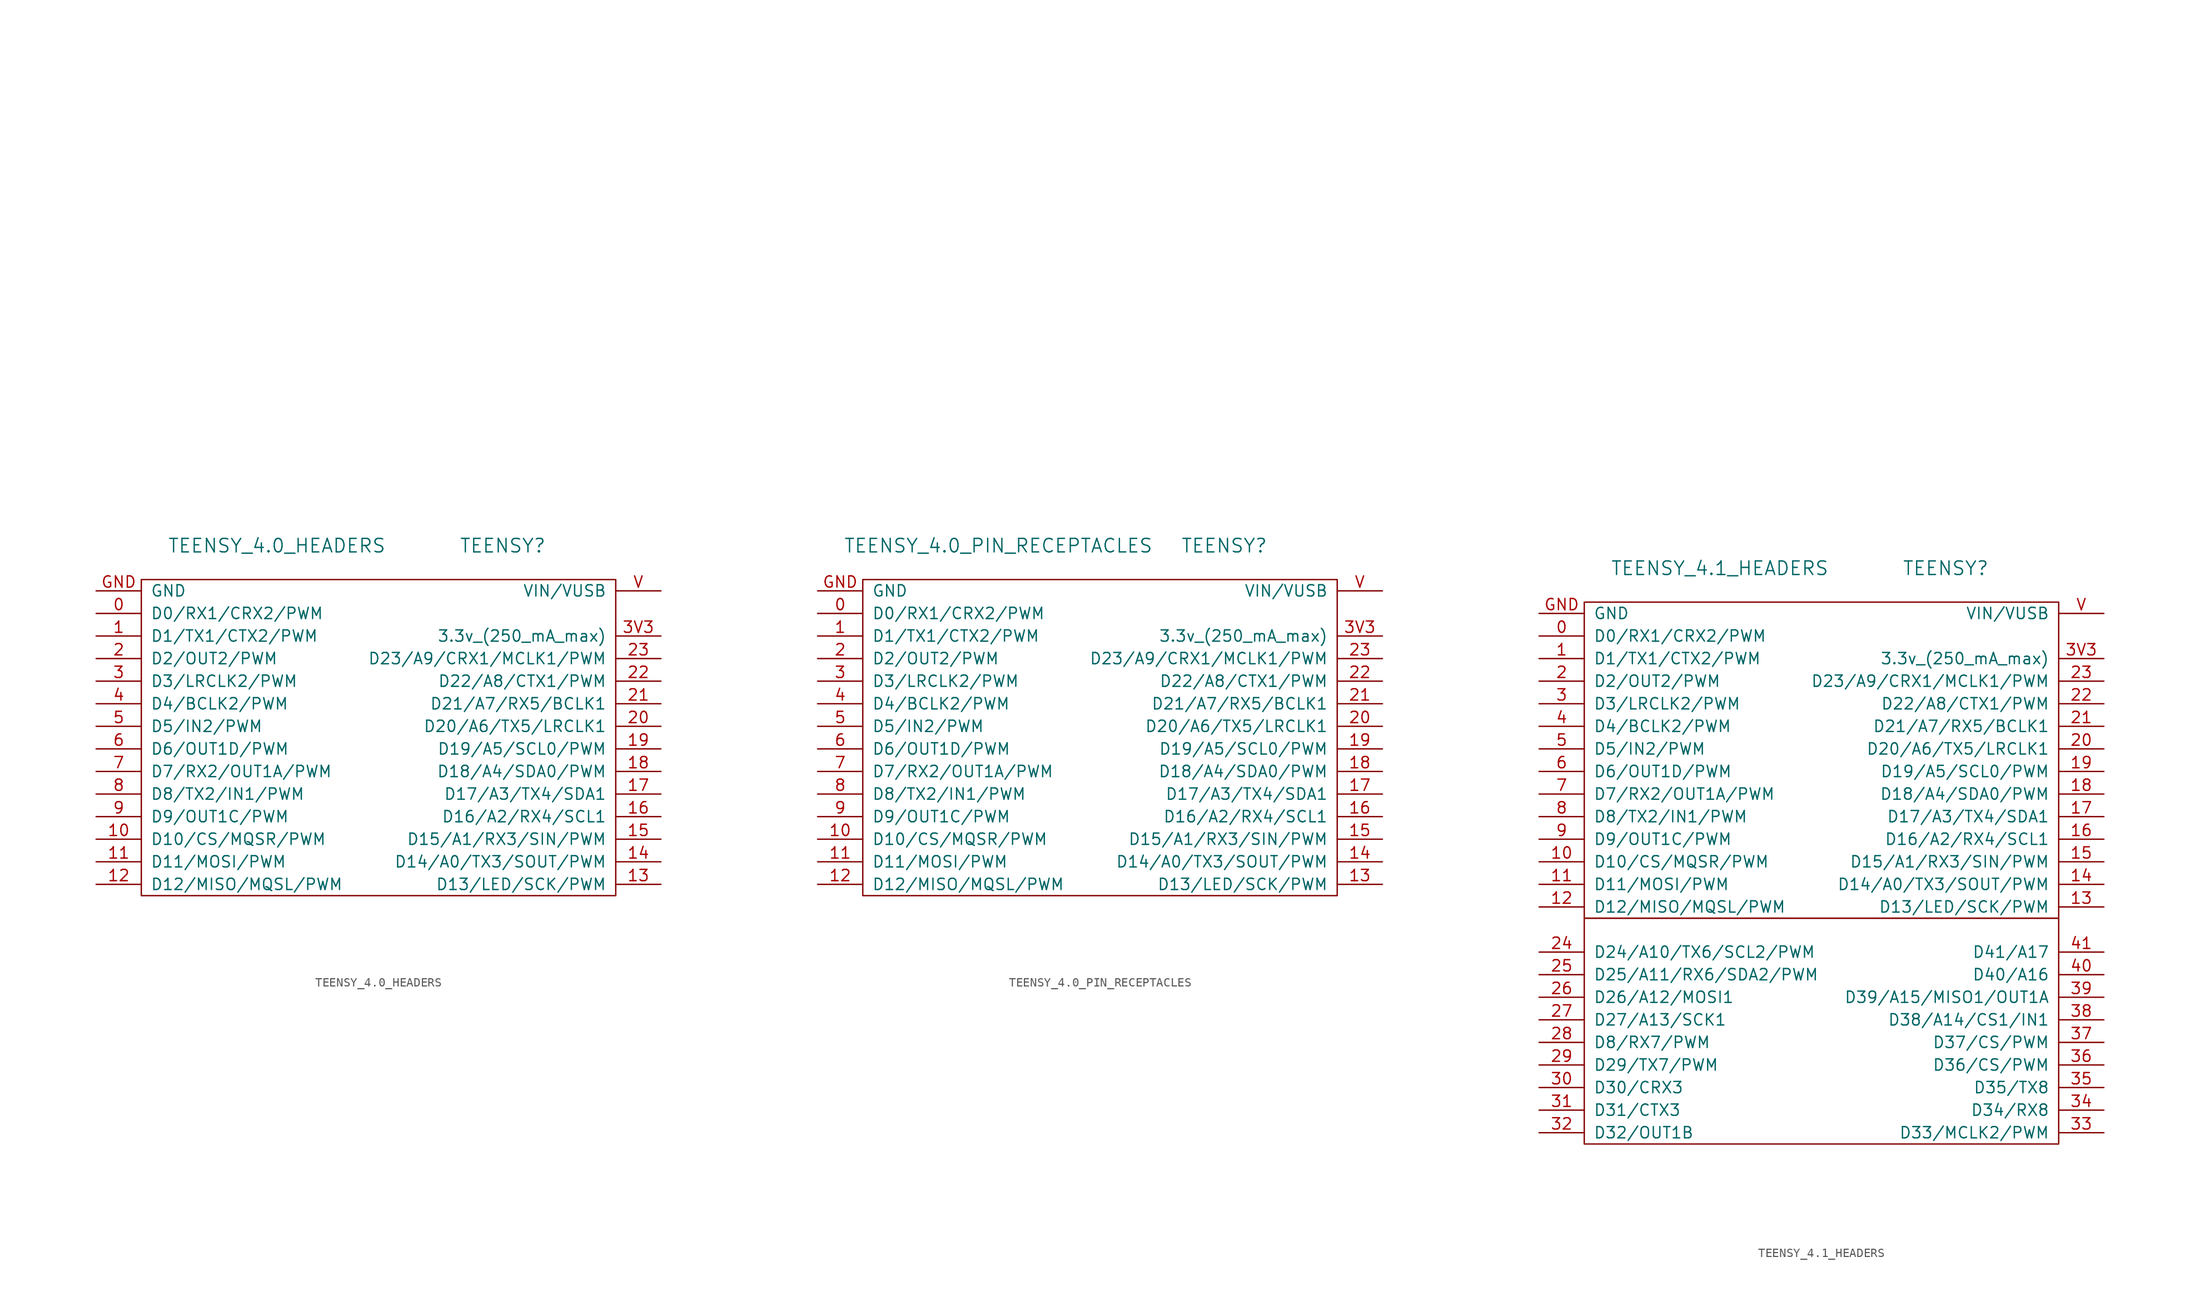
<source format=kicad_sym>
(kicad_symbol_lib
  (version 20211014)
  (generator kicad_symbol_editor)
  (symbol "TEENSY_4.0_HEADERS"
    (pin_names
      (offset 1.016))
    (property "Reference" "TEENSY"
      (at 13.97 21.59 0)
      (effects (font (size 1.524 1.524))))
    (property "Value" "TEENSY_4.0_HEADERS"
      (at -11.43 21.59 0)
      (effects (font (size 1.524 1.524))))
    (property "Datasheet" ""
      (at 1.27 69.85 0)
      (effects (font (size 1.524 1.524))))
    (symbol "TEENSY_4.0_HEADERS_0_1"
      (rectangle (start -26.67 17.78) (end 26.67 -17.78) (stroke (width 0) (type default) (color 0 0 0 0)) (fill (type none))))
    (symbol "TEENSY_4.0_HEADERS_1_1"
      (pin bidirectional line (at -31.75 13.97 0) (length 5.08) (name "D0/RX1/CRX2/PWM" (effects (font (size 1.27 1.27)))) (number "0" (effects (font (size 1.27 1.27)))))
      (pin bidirectional line (at -31.75 11.43 0) (length 5.08) (name "D1/TX1/CTX2/PWM" (effects (font (size 1.27 1.27)))) (number "1" (effects (font (size 1.27 1.27)))))
      (pin bidirectional line (at -31.75 -11.43 0) (length 5.08) (name "D10/CS/MQSR/PWM" (effects (font (size 1.27 1.27)))) (number "10" (effects (font (size 1.27 1.27)))))
      (pin bidirectional line (at -31.75 -13.97 0) (length 5.08) (name "D11/MOSI/PWM" (effects (font (size 1.27 1.27)))) (number "11" (effects (font (size 1.27 1.27)))))
      (pin bidirectional line (at -31.75 -16.51 0) (length 5.08) (name "D12/MISO/MQSL/PWM" (effects (font (size 1.27 1.27)))) (number "12" (effects (font (size 1.27 1.27)))))
      (pin bidirectional line (at 31.75 -16.51 180) (length 5.08) (name "D13/LED/SCK/PWM" (effects (font (size 1.27 1.27)))) (number "13" (effects (font (size 1.27 1.27)))))
      (pin passive line (at 31.75 -13.97 180) (length 5.08) (name "D14/A0/TX3/SOUT/PWM" (effects (font (size 1.27 1.27)))) (number "14" (effects (font (size 1.27 1.27)))))
      (pin passive line (at 31.75 -11.43 180) (length 5.08) (name "D15/A1/RX3/SIN/PWM" (effects (font (size 1.27 1.27)))) (number "15" (effects (font (size 1.27 1.27)))))
      (pin passive line (at 31.75 -8.89 180) (length 5.08) (name "D16/A2/RX4/SCL1" (effects (font (size 1.27 1.27)))) (number "16" (effects (font (size 1.27 1.27)))))
      (pin passive line (at 31.75 -6.35 180) (length 5.08) (name "D17/A3/TX4/SDA1" (effects (font (size 1.27 1.27)))) (number "17" (effects (font (size 1.27 1.27)))))
      (pin passive line (at 31.75 -3.81 180) (length 5.08) (name "D18/A4/SDA0/PWM" (effects (font (size 1.27 1.27)))) (number "18" (effects (font (size 1.27 1.27)))))
      (pin passive line (at 31.75 -1.27 180) (length 5.08) (name "D19/A5/SCL0/PWM" (effects (font (size 1.27 1.27)))) (number "19" (effects (font (size 1.27 1.27)))))
      (pin bidirectional line (at -31.75 8.89 0) (length 5.08) (name "D2/OUT2/PWM" (effects (font (size 1.27 1.27)))) (number "2" (effects (font (size 1.27 1.27)))))
      (pin passive line (at 31.75 1.27 180) (length 5.08) (name "D20/A6/TX5/LRCLK1" (effects (font (size 1.27 1.27)))) (number "20" (effects (font (size 1.27 1.27)))))
      (pin passive line (at 31.75 3.81 180) (length 5.08) (name "D21/A7/RX5/BCLK1" (effects (font (size 1.27 1.27)))) (number "21" (effects (font (size 1.27 1.27)))))
      (pin passive line (at 31.75 6.35 180) (length 5.08) (name "D22/A8/CTX1/PWM" (effects (font (size 1.27 1.27)))) (number "22" (effects (font (size 1.27 1.27)))))
      (pin passive line (at 31.75 8.89 180) (length 5.08) (name "D23/A9/CRX1/MCLK1/PWM" (effects (font (size 1.27 1.27)))) (number "23" (effects (font (size 1.27 1.27)))))
      (pin bidirectional line (at -31.75 6.35 0) (length 5.08) (name "D3/LRCLK2/PWM" (effects (font (size 1.27 1.27)))) (number "3" (effects (font (size 1.27 1.27)))))
      (pin power_out line (at 31.75 11.43 180) (length 5.08) (name "3.3v_(250_mA_max)" (effects (font (size 1.27 1.27)))) (number "3V3" (effects (font (size 1.27 1.27)))))
      (pin bidirectional line (at -31.75 3.81 0) (length 5.08) (name "D4/BCLK2/PWM" (effects (font (size 1.27 1.27)))) (number "4" (effects (font (size 1.27 1.27)))))
      (pin bidirectional line (at -31.75 1.27 0) (length 5.08) (name "D5/IN2/PWM" (effects (font (size 1.27 1.27)))) (number "5" (effects (font (size 1.27 1.27)))))
      (pin bidirectional line (at -31.75 -1.27 0) (length 5.08) (name "D6/OUT1D/PWM" (effects (font (size 1.27 1.27)))) (number "6" (effects (font (size 1.27 1.27)))))
      (pin bidirectional line (at -31.75 -3.81 0) (length 5.08) (name "D7/RX2/OUT1A/PWM" (effects (font (size 1.27 1.27)))) (number "7" (effects (font (size 1.27 1.27)))))
      (pin bidirectional line (at -31.75 -6.35 0) (length 5.08) (name "D8/TX2/IN1/PWM" (effects (font (size 1.27 1.27)))) (number "8" (effects (font (size 1.27 1.27)))))
      (pin bidirectional line (at -31.75 -8.89 0) (length 5.08) (name "D9/OUT1C/PWM" (effects (font (size 1.27 1.27)))) (number "9" (effects (font (size 1.27 1.27)))))
      (pin passive line (at -31.75 16.51 0) (length 5.08) (name "GND" (effects (font (size 1.27 1.27)))) (number "GND" (effects (font (size 1.27 1.27)))))
      (pin passive line (at 31.75 16.51 180) (length 5.08) (name "VIN/VUSB" (effects (font (size 1.27 1.27)))) (number "V" (effects (font (size 1.27 1.27)))))))
  (symbol "TEENSY_4.0_PIN_RECEPTACLES"
    (pin_names
      (offset 1.016))
    (property "Reference" "TEENSY"
      (at 13.97 21.59 0)
      (effects (font (size 1.524 1.524))))
    (property "Value" "TEENSY_4.0_PIN_RECEPTACLES"
      (at -11.43 21.59 0)
      (effects (font (size 1.524 1.524))))
    (property "Datasheet" ""
      (at 1.27 69.85 0)
      (effects (font (size 1.524 1.524))))
    (symbol "TEENSY_4.0_PIN_RECEPTACLES_0_1"
      (rectangle (start -26.67 17.78) (end 26.67 -17.78) (stroke (width 0) (type default) (color 0 0 0 0)) (fill (type none))))
    (symbol "TEENSY_4.0_PIN_RECEPTACLES_1_1"
      (pin bidirectional line (at -31.75 13.97 0) (length 5.08) (name "D0/RX1/CRX2/PWM" (effects (font (size 1.27 1.27)))) (number "0" (effects (font (size 1.27 1.27)))))
      (pin bidirectional line (at -31.75 11.43 0) (length 5.08) (name "D1/TX1/CTX2/PWM" (effects (font (size 1.27 1.27)))) (number "1" (effects (font (size 1.27 1.27)))))
      (pin bidirectional line (at -31.75 -11.43 0) (length 5.08) (name "D10/CS/MQSR/PWM" (effects (font (size 1.27 1.27)))) (number "10" (effects (font (size 1.27 1.27)))))
      (pin bidirectional line (at -31.75 -13.97 0) (length 5.08) (name "D11/MOSI/PWM" (effects (font (size 1.27 1.27)))) (number "11" (effects (font (size 1.27 1.27)))))
      (pin bidirectional line (at -31.75 -16.51 0) (length 5.08) (name "D12/MISO/MQSL/PWM" (effects (font (size 1.27 1.27)))) (number "12" (effects (font (size 1.27 1.27)))))
      (pin bidirectional line (at 31.75 -16.51 180) (length 5.08) (name "D13/LED/SCK/PWM" (effects (font (size 1.27 1.27)))) (number "13" (effects (font (size 1.27 1.27)))))
      (pin passive line (at 31.75 -13.97 180) (length 5.08) (name "D14/A0/TX3/SOUT/PWM" (effects (font (size 1.27 1.27)))) (number "14" (effects (font (size 1.27 1.27)))))
      (pin passive line (at 31.75 -11.43 180) (length 5.08) (name "D15/A1/RX3/SIN/PWM" (effects (font (size 1.27 1.27)))) (number "15" (effects (font (size 1.27 1.27)))))
      (pin passive line (at 31.75 -8.89 180) (length 5.08) (name "D16/A2/RX4/SCL1" (effects (font (size 1.27 1.27)))) (number "16" (effects (font (size 1.27 1.27)))))
      (pin passive line (at 31.75 -6.35 180) (length 5.08) (name "D17/A3/TX4/SDA1" (effects (font (size 1.27 1.27)))) (number "17" (effects (font (size 1.27 1.27)))))
      (pin passive line (at 31.75 -3.81 180) (length 5.08) (name "D18/A4/SDA0/PWM" (effects (font (size 1.27 1.27)))) (number "18" (effects (font (size 1.27 1.27)))))
      (pin passive line (at 31.75 -1.27 180) (length 5.08) (name "D19/A5/SCL0/PWM" (effects (font (size 1.27 1.27)))) (number "19" (effects (font (size 1.27 1.27)))))
      (pin bidirectional line (at -31.75 8.89 0) (length 5.08) (name "D2/OUT2/PWM" (effects (font (size 1.27 1.27)))) (number "2" (effects (font (size 1.27 1.27)))))
      (pin passive line (at 31.75 1.27 180) (length 5.08) (name "D20/A6/TX5/LRCLK1" (effects (font (size 1.27 1.27)))) (number "20" (effects (font (size 1.27 1.27)))))
      (pin passive line (at 31.75 3.81 180) (length 5.08) (name "D21/A7/RX5/BCLK1" (effects (font (size 1.27 1.27)))) (number "21" (effects (font (size 1.27 1.27)))))
      (pin passive line (at 31.75 6.35 180) (length 5.08) (name "D22/A8/CTX1/PWM" (effects (font (size 1.27 1.27)))) (number "22" (effects (font (size 1.27 1.27)))))
      (pin passive line (at 31.75 8.89 180) (length 5.08) (name "D23/A9/CRX1/MCLK1/PWM" (effects (font (size 1.27 1.27)))) (number "23" (effects (font (size 1.27 1.27)))))
      (pin bidirectional line (at -31.75 6.35 0) (length 5.08) (name "D3/LRCLK2/PWM" (effects (font (size 1.27 1.27)))) (number "3" (effects (font (size 1.27 1.27)))))
      (pin power_out line (at 31.75 11.43 180) (length 5.08) (name "3.3v_(250_mA_max)" (effects (font (size 1.27 1.27)))) (number "3V3" (effects (font (size 1.27 1.27)))))
      (pin bidirectional line (at -31.75 3.81 0) (length 5.08) (name "D4/BCLK2/PWM" (effects (font (size 1.27 1.27)))) (number "4" (effects (font (size 1.27 1.27)))))
      (pin bidirectional line (at -31.75 1.27 0) (length 5.08) (name "D5/IN2/PWM" (effects (font (size 1.27 1.27)))) (number "5" (effects (font (size 1.27 1.27)))))
      (pin bidirectional line (at -31.75 -1.27 0) (length 5.08) (name "D6/OUT1D/PWM" (effects (font (size 1.27 1.27)))) (number "6" (effects (font (size 1.27 1.27)))))
      (pin bidirectional line (at -31.75 -3.81 0) (length 5.08) (name "D7/RX2/OUT1A/PWM" (effects (font (size 1.27 1.27)))) (number "7" (effects (font (size 1.27 1.27)))))
      (pin bidirectional line (at -31.75 -6.35 0) (length 5.08) (name "D8/TX2/IN1/PWM" (effects (font (size 1.27 1.27)))) (number "8" (effects (font (size 1.27 1.27)))))
      (pin bidirectional line (at -31.75 -8.89 0) (length 5.08) (name "D9/OUT1C/PWM" (effects (font (size 1.27 1.27)))) (number "9" (effects (font (size 1.27 1.27)))))
      (pin passive line (at -31.75 16.51 0) (length 5.08) (name "GND" (effects (font (size 1.27 1.27)))) (number "GND" (effects (font (size 1.27 1.27)))))
      (pin passive line (at 31.75 16.51 180) (length 5.08) (name "VIN/VUSB" (effects (font (size 1.27 1.27)))) (number "V" (effects (font (size 1.27 1.27)))))))
  (symbol "TEENSY_4.1_HEADERS"
    (pin_names
      (offset 1.016))
    (property "Reference" "TEENSY"
      (at 13.97 21.59 0)
      (effects (font (size 1.524 1.524))))
    (property "Value" "TEENSY_4.1_HEADERS"
      (at -11.43 21.59 0)
      (effects (font (size 1.524 1.524))))
    (property "Datasheet" ""
      (at 1.27 69.85 0)
      (effects (font (size 1.524 1.524))))
    (symbol "TEENSY_4.1_HEADERS_0_1"
      (rectangle (start -26.67 -17.78) (end 26.67 -43.18) (stroke (width 0) (type default) (color 0 0 0 0)) (fill (type none)))
      (rectangle (start -26.67 17.78) (end 26.67 -17.78) (stroke (width 0) (type default) (color 0 0 0 0)) (fill (type none))))
    (symbol "TEENSY_4.1_HEADERS_1_1"
      (pin bidirectional line (at -31.75 13.97 0) (length 5.08) (name "D0/RX1/CRX2/PWM" (effects (font (size 1.27 1.27)))) (number "0" (effects (font (size 1.27 1.27)))))
      (pin bidirectional line (at -31.75 11.43 0) (length 5.08) (name "D1/TX1/CTX2/PWM" (effects (font (size 1.27 1.27)))) (number "1" (effects (font (size 1.27 1.27)))))
      (pin bidirectional line (at -31.75 -11.43 0) (length 5.08) (name "D10/CS/MQSR/PWM" (effects (font (size 1.27 1.27)))) (number "10" (effects (font (size 1.27 1.27)))))
      (pin bidirectional line (at -31.75 -13.97 0) (length 5.08) (name "D11/MOSI/PWM" (effects (font (size 1.27 1.27)))) (number "11" (effects (font (size 1.27 1.27)))))
      (pin bidirectional line (at -31.75 -16.51 0) (length 5.08) (name "D12/MISO/MQSL/PWM" (effects (font (size 1.27 1.27)))) (number "12" (effects (font (size 1.27 1.27)))))
      (pin bidirectional line (at 31.75 -16.51 180) (length 5.08) (name "D13/LED/SCK/PWM" (effects (font (size 1.27 1.27)))) (number "13" (effects (font (size 1.27 1.27)))))
      (pin passive line (at 31.75 -13.97 180) (length 5.08) (name "D14/A0/TX3/SOUT/PWM" (effects (font (size 1.27 1.27)))) (number "14" (effects (font (size 1.27 1.27)))))
      (pin passive line (at 31.75 -11.43 180) (length 5.08) (name "D15/A1/RX3/SIN/PWM" (effects (font (size 1.27 1.27)))) (number "15" (effects (font (size 1.27 1.27)))))
      (pin passive line (at 31.75 -8.89 180) (length 5.08) (name "D16/A2/RX4/SCL1" (effects (font (size 1.27 1.27)))) (number "16" (effects (font (size 1.27 1.27)))))
      (pin passive line (at 31.75 -6.35 180) (length 5.08) (name "D17/A3/TX4/SDA1" (effects (font (size 1.27 1.27)))) (number "17" (effects (font (size 1.27 1.27)))))
      (pin passive line (at 31.75 -3.81 180) (length 5.08) (name "D18/A4/SDA0/PWM" (effects (font (size 1.27 1.27)))) (number "18" (effects (font (size 1.27 1.27)))))
      (pin passive line (at 31.75 -1.27 180) (length 5.08) (name "D19/A5/SCL0/PWM" (effects (font (size 1.27 1.27)))) (number "19" (effects (font (size 1.27 1.27)))))
      (pin bidirectional line (at -31.75 8.89 0) (length 5.08) (name "D2/OUT2/PWM" (effects (font (size 1.27 1.27)))) (number "2" (effects (font (size 1.27 1.27)))))
      (pin passive line (at 31.75 1.27 180) (length 5.08) (name "D20/A6/TX5/LRCLK1" (effects (font (size 1.27 1.27)))) (number "20" (effects (font (size 1.27 1.27)))))
      (pin passive line (at 31.75 3.81 180) (length 5.08) (name "D21/A7/RX5/BCLK1" (effects (font (size 1.27 1.27)))) (number "21" (effects (font (size 1.27 1.27)))))
      (pin passive line (at 31.75 6.35 180) (length 5.08) (name "D22/A8/CTX1/PWM" (effects (font (size 1.27 1.27)))) (number "22" (effects (font (size 1.27 1.27)))))
      (pin passive line (at 31.75 8.89 180) (length 5.08) (name "D23/A9/CRX1/MCLK1/PWM" (effects (font (size 1.27 1.27)))) (number "23" (effects (font (size 1.27 1.27)))))
      (pin passive line (at -31.75 -21.59 0) (length 5.08) (name "D24/A10/TX6/SCL2/PWM" (effects (font (size 1.27 1.27)))) (number "24" (effects (font (size 1.27 1.27)))))
      (pin passive line (at -31.75 -24.13 0) (length 5.08) (name "D25/A11/RX6/SDA2/PWM" (effects (font (size 1.27 1.27)))) (number "25" (effects (font (size 1.27 1.27)))))
      (pin passive line (at -31.75 -26.67 0) (length 5.08) (name "D26/A12/MOSI1" (effects (font (size 1.27 1.27)))) (number "26" (effects (font (size 1.27 1.27)))))
      (pin passive line (at -31.75 -29.21 0) (length 5.08) (name "D27/A13/SCK1" (effects (font (size 1.27 1.27)))) (number "27" (effects (font (size 1.27 1.27)))))
      (pin bidirectional line (at -31.75 -31.75 0) (length 5.08) (name "D8/RX7/PWM" (effects (font (size 1.27 1.27)))) (number "28" (effects (font (size 1.27 1.27)))))
      (pin bidirectional line (at -31.75 -34.29 0) (length 5.08) (name "D29/TX7/PWM" (effects (font (size 1.27 1.27)))) (number "29" (effects (font (size 1.27 1.27)))))
      (pin bidirectional line (at -31.75 6.35 0) (length 5.08) (name "D3/LRCLK2/PWM" (effects (font (size 1.27 1.27)))) (number "3" (effects (font (size 1.27 1.27)))))
      (pin bidirectional line (at -31.75 -36.83 0) (length 5.08) (name "D30/CRX3" (effects (font (size 1.27 1.27)))) (number "30" (effects (font (size 1.27 1.27)))))
      (pin bidirectional line (at -31.75 -39.37 0) (length 5.08) (name "D31/CTX3" (effects (font (size 1.27 1.27)))) (number "31" (effects (font (size 1.27 1.27)))))
      (pin bidirectional line (at -31.75 -41.91 0) (length 5.08) (name "D32/OUT1B" (effects (font (size 1.27 1.27)))) (number "32" (effects (font (size 1.27 1.27)))))
      (pin bidirectional line (at 31.75 -41.91 180) (length 5.08) (name "D33/MCLK2/PWM" (effects (font (size 1.27 1.27)))) (number "33" (effects (font (size 1.27 1.27)))))
      (pin bidirectional line (at 31.75 -39.37 180) (length 5.08) (name "D34/RX8" (effects (font (size 1.27 1.27)))) (number "34" (effects (font (size 1.27 1.27)))))
      (pin bidirectional line (at 31.75 -36.83 180) (length 5.08) (name "D35/TX8" (effects (font (size 1.27 1.27)))) (number "35" (effects (font (size 1.27 1.27)))))
      (pin bidirectional line (at 31.75 -34.29 180) (length 5.08) (name "D36/CS/PWM" (effects (font (size 1.27 1.27)))) (number "36" (effects (font (size 1.27 1.27)))))
      (pin bidirectional line (at 31.75 -31.75 180) (length 5.08) (name "D37/CS/PWM" (effects (font (size 1.27 1.27)))) (number "37" (effects (font (size 1.27 1.27)))))
      (pin passive line (at 31.75 -29.21 180) (length 5.08) (name "D38/A14/CS1/IN1" (effects (font (size 1.27 1.27)))) (number "38" (effects (font (size 1.27 1.27)))))
      (pin passive line (at 31.75 -26.67 180) (length 5.08) (name "D39/A15/MISO1/OUT1A" (effects (font (size 1.27 1.27)))) (number "39" (effects (font (size 1.27 1.27)))))
      (pin power_out line (at 31.75 11.43 180) (length 5.08) (name "3.3v_(250_mA_max)" (effects (font (size 1.27 1.27)))) (number "3V3" (effects (font (size 1.27 1.27)))))
      (pin bidirectional line (at -31.75 3.81 0) (length 5.08) (name "D4/BCLK2/PWM" (effects (font (size 1.27 1.27)))) (number "4" (effects (font (size 1.27 1.27)))))
      (pin passive line (at 31.75 -24.13 180) (length 5.08) (name "D40/A16" (effects (font (size 1.27 1.27)))) (number "40" (effects (font (size 1.27 1.27)))))
      (pin passive line (at 31.75 -21.59 180) (length 5.08) (name "D41/A17" (effects (font (size 1.27 1.27)))) (number "41" (effects (font (size 1.27 1.27)))))
      (pin bidirectional line (at -31.75 1.27 0) (length 5.08) (name "D5/IN2/PWM" (effects (font (size 1.27 1.27)))) (number "5" (effects (font (size 1.27 1.27)))))
      (pin bidirectional line (at -31.75 -1.27 0) (length 5.08) (name "D6/OUT1D/PWM" (effects (font (size 1.27 1.27)))) (number "6" (effects (font (size 1.27 1.27)))))
      (pin bidirectional line (at -31.75 -3.81 0) (length 5.08) (name "D7/RX2/OUT1A/PWM" (effects (font (size 1.27 1.27)))) (number "7" (effects (font (size 1.27 1.27)))))
      (pin bidirectional line (at -31.75 -6.35 0) (length 5.08) (name "D8/TX2/IN1/PWM" (effects (font (size 1.27 1.27)))) (number "8" (effects (font (size 1.27 1.27)))))
      (pin bidirectional line (at -31.75 -8.89 0) (length 5.08) (name "D9/OUT1C/PWM" (effects (font (size 1.27 1.27)))) (number "9" (effects (font (size 1.27 1.27)))))
      (pin passive line (at -31.75 16.51 0) (length 5.08) (name "GND" (effects (font (size 1.27 1.27)))) (number "GND" (effects (font (size 1.27 1.27)))))
      (pin passive line (at 31.75 16.51 180) (length 5.08) (name "VIN/VUSB" (effects (font (size 1.27 1.27)))) (number "V" (effects (font (size 1.27 1.27))))))))
</source>
